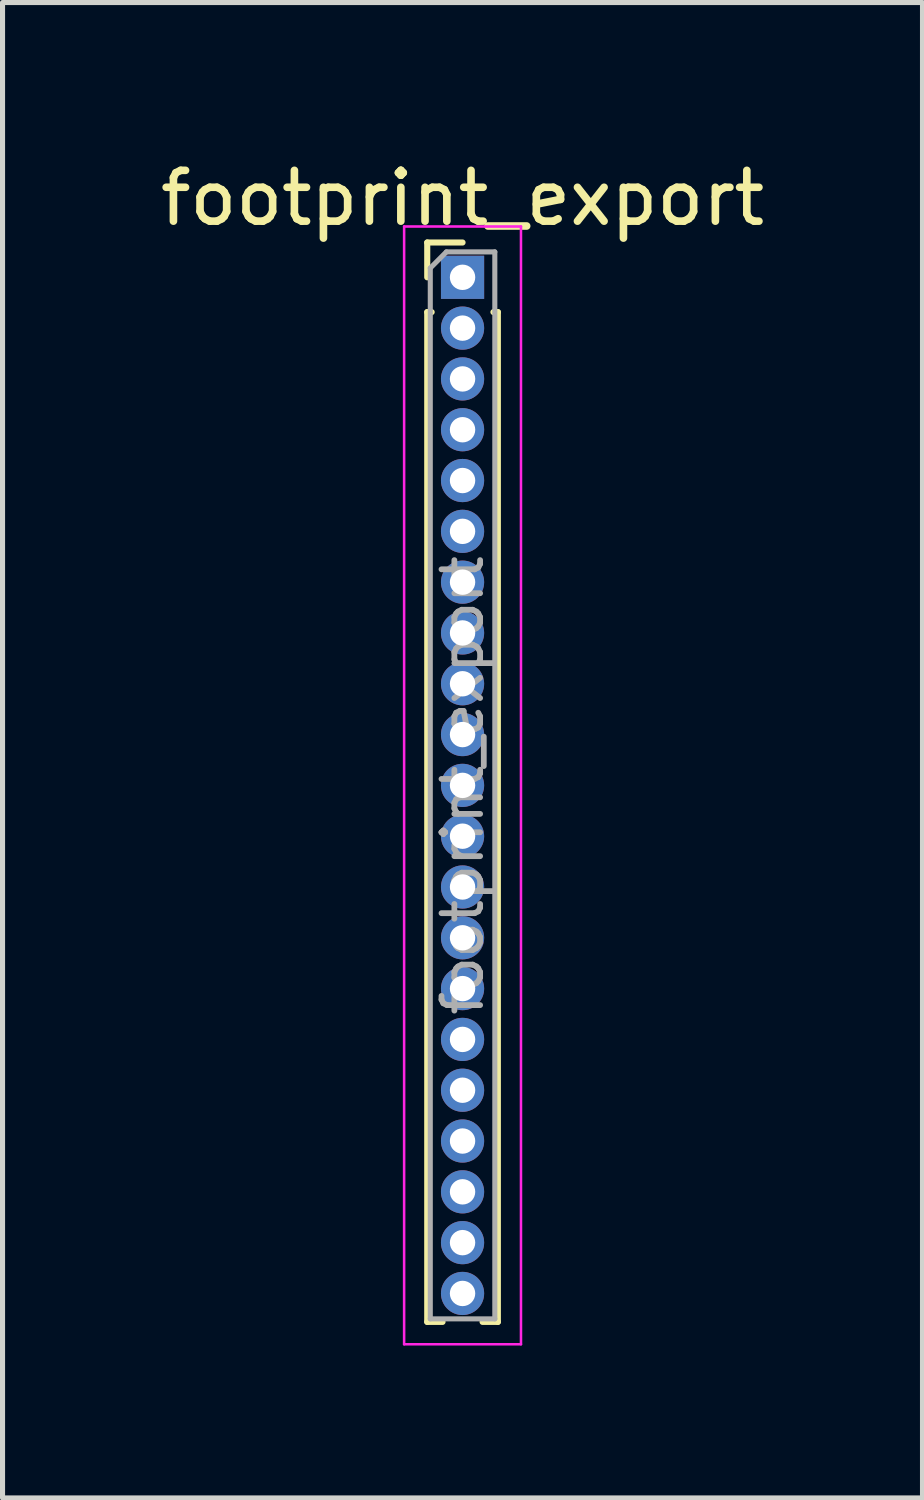
<source format=kicad_pcb>
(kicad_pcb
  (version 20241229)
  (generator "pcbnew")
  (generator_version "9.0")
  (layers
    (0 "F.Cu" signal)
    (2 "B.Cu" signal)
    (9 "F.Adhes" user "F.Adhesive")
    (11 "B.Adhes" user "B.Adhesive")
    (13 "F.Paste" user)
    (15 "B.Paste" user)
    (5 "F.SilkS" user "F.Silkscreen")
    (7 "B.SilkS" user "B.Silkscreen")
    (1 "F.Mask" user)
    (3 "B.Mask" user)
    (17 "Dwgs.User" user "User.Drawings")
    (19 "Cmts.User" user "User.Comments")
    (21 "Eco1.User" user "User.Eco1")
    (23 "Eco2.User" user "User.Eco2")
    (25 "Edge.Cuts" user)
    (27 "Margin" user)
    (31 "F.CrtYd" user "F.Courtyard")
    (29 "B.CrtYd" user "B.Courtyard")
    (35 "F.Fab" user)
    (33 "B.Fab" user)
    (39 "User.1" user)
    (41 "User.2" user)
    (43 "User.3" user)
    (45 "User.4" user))
  (footprint "footprint_export"
    (layer "F.Cu")
    (at 6.054 2.408)
    (property "Reference" "footprint_export" (at 0 -1.56 0) (layer "F.SilkS") (effects (font (size 1 1) (thickness 0.15))))
    (attr through_hole)
    (fp_line (start -0.695 -0.685) (end 0 -0.685) (stroke (width 0.12) (type solid)) (layer "F.SilkS"))
    (fp_line (start -0.695 0) (end -0.695 -0.685) (stroke (width 0.12) (type solid)) (layer "F.SilkS"))
    (fp_line (start -0.695 0.685) (end -0.695 20.56) (stroke (width 0.12) (type solid)) (layer "F.SilkS"))
    (fp_line (start -0.695 0.685) (end -0.608 0.685) (stroke (width 0.12) (type solid)) (layer "F.SilkS"))
    (fp_line (start -0.695 20.56) (end -0.394 20.56) (stroke (width 0.12) (type solid)) (layer "F.SilkS"))
    (fp_line (start 0.394 20.56) (end 0.695 20.56) (stroke (width 0.12) (type solid)) (layer "F.SilkS"))
    (fp_line (start 0.608 0.685) (end 0.695 0.685) (stroke (width 0.12) (type solid)) (layer "F.SilkS"))
    (fp_line (start 0.695 0.685) (end 0.695 20.56) (stroke (width 0.12) (type solid)) (layer "F.SilkS"))
    (fp_line (start -1.15 -1) (end -1.15 21) (stroke (width 0.05) (type solid)) (layer "F.CrtYd"))
    (fp_line (start -1.15 21) (end 1.15 21) (stroke (width 0.05) (type solid)) (layer "F.CrtYd"))
    (fp_line (start 1.15 -1) (end -1.15 -1) (stroke (width 0.05) (type solid)) (layer "F.CrtYd"))
    (fp_line (start 1.15 21) (end 1.15 -1) (stroke (width 0.05) (type solid)) (layer "F.CrtYd"))
    (fp_line (start -0.635 -0.182) (end -0.318 -0.5) (stroke (width 0.1) (type solid)) (layer "F.Fab"))
    (fp_line (start -0.635 20.5) (end -0.635 -0.182) (stroke (width 0.1) (type solid)) (layer "F.Fab"))
    (fp_line (start -0.318 -0.5) (end 0.635 -0.5) (stroke (width 0.1) (type solid)) (layer "F.Fab"))
    (fp_line (start 0.635 -0.5) (end 0.635 20.5) (stroke (width 0.1) (type solid)) (layer "F.Fab"))
    (fp_line (start 0.635 20.5) (end -0.635 20.5) (stroke (width 0.1) (type solid)) (layer "F.Fab"))
    (fp_text user "${REFERENCE}" (at 0 10 90) (layer "F.Fab") (effects (font (size 0.76 0.76) (thickness 0.114))))
    (pad "1" thru_hole rect (at 0 0) (size 0.85 0.85) (drill 0.5) (layers "*.Cu" "*.Mask"))
    (pad "2" thru_hole oval (at 0 1) (size 0.85 0.85) (drill 0.5) (layers "*.Cu" "*.Mask"))
    (pad "3" thru_hole oval (at 0 2) (size 0.85 0.85) (drill 0.5) (layers "*.Cu" "*.Mask"))
    (pad "4" thru_hole oval (at 0 3) (size 0.85 0.85) (drill 0.5) (layers "*.Cu" "*.Mask"))
    (pad "5" thru_hole oval (at 0 4) (size 0.85 0.85) (drill 0.5) (layers "*.Cu" "*.Mask"))
    (pad "6" thru_hole oval (at 0 5) (size 0.85 0.85) (drill 0.5) (layers "*.Cu" "*.Mask"))
    (pad "7" thru_hole oval (at 0 6) (size 0.85 0.85) (drill 0.5) (layers "*.Cu" "*.Mask"))
    (pad "8" thru_hole oval (at 0 7) (size 0.85 0.85) (drill 0.5) (layers "*.Cu" "*.Mask"))
    (pad "9" thru_hole oval (at 0 8) (size 0.85 0.85) (drill 0.5) (layers "*.Cu" "*.Mask"))
    (pad "10" thru_hole oval (at 0 9) (size 0.85 0.85) (drill 0.5) (layers "*.Cu" "*.Mask"))
    (pad "11" thru_hole oval (at 0 10) (size 0.85 0.85) (drill 0.5) (layers "*.Cu" "*.Mask"))
    (pad "12" thru_hole oval (at 0 11) (size 0.85 0.85) (drill 0.5) (layers "*.Cu" "*.Mask"))
    (pad "13" thru_hole oval (at 0 12) (size 0.85 0.85) (drill 0.5) (layers "*.Cu" "*.Mask"))
    (pad "14" thru_hole oval (at 0 13) (size 0.85 0.85) (drill 0.5) (layers "*.Cu" "*.Mask"))
    (pad "15" thru_hole oval (at 0 14) (size 0.85 0.85) (drill 0.5) (layers "*.Cu" "*.Mask"))
    (pad "16" thru_hole oval (at 0 15) (size 0.85 0.85) (drill 0.5) (layers "*.Cu" "*.Mask"))
    (pad "17" thru_hole oval (at 0 16) (size 0.85 0.85) (drill 0.5) (layers "*.Cu" "*.Mask"))
    (pad "18" thru_hole oval (at 0 17) (size 0.85 0.85) (drill 0.5) (layers "*.Cu" "*.Mask"))
    (pad "19" thru_hole oval (at 0 18) (size 0.85 0.85) (drill 0.5) (layers "*.Cu" "*.Mask"))
    (pad "20" thru_hole oval (at 0 19) (size 0.85 0.85) (drill 0.5) (layers "*.Cu" "*.Mask"))
    (pad "21" thru_hole oval (at 0 20) (size 0.85 0.85) (drill 0.5) (layers "*.Cu" "*.Mask")))
  (gr_rect
    (start -3 -3)
    (end 15.107 26.433)
    (stroke (width 0.1) (type default))
    (fill no)
    (layer "Edge.Cuts")))
</source>
